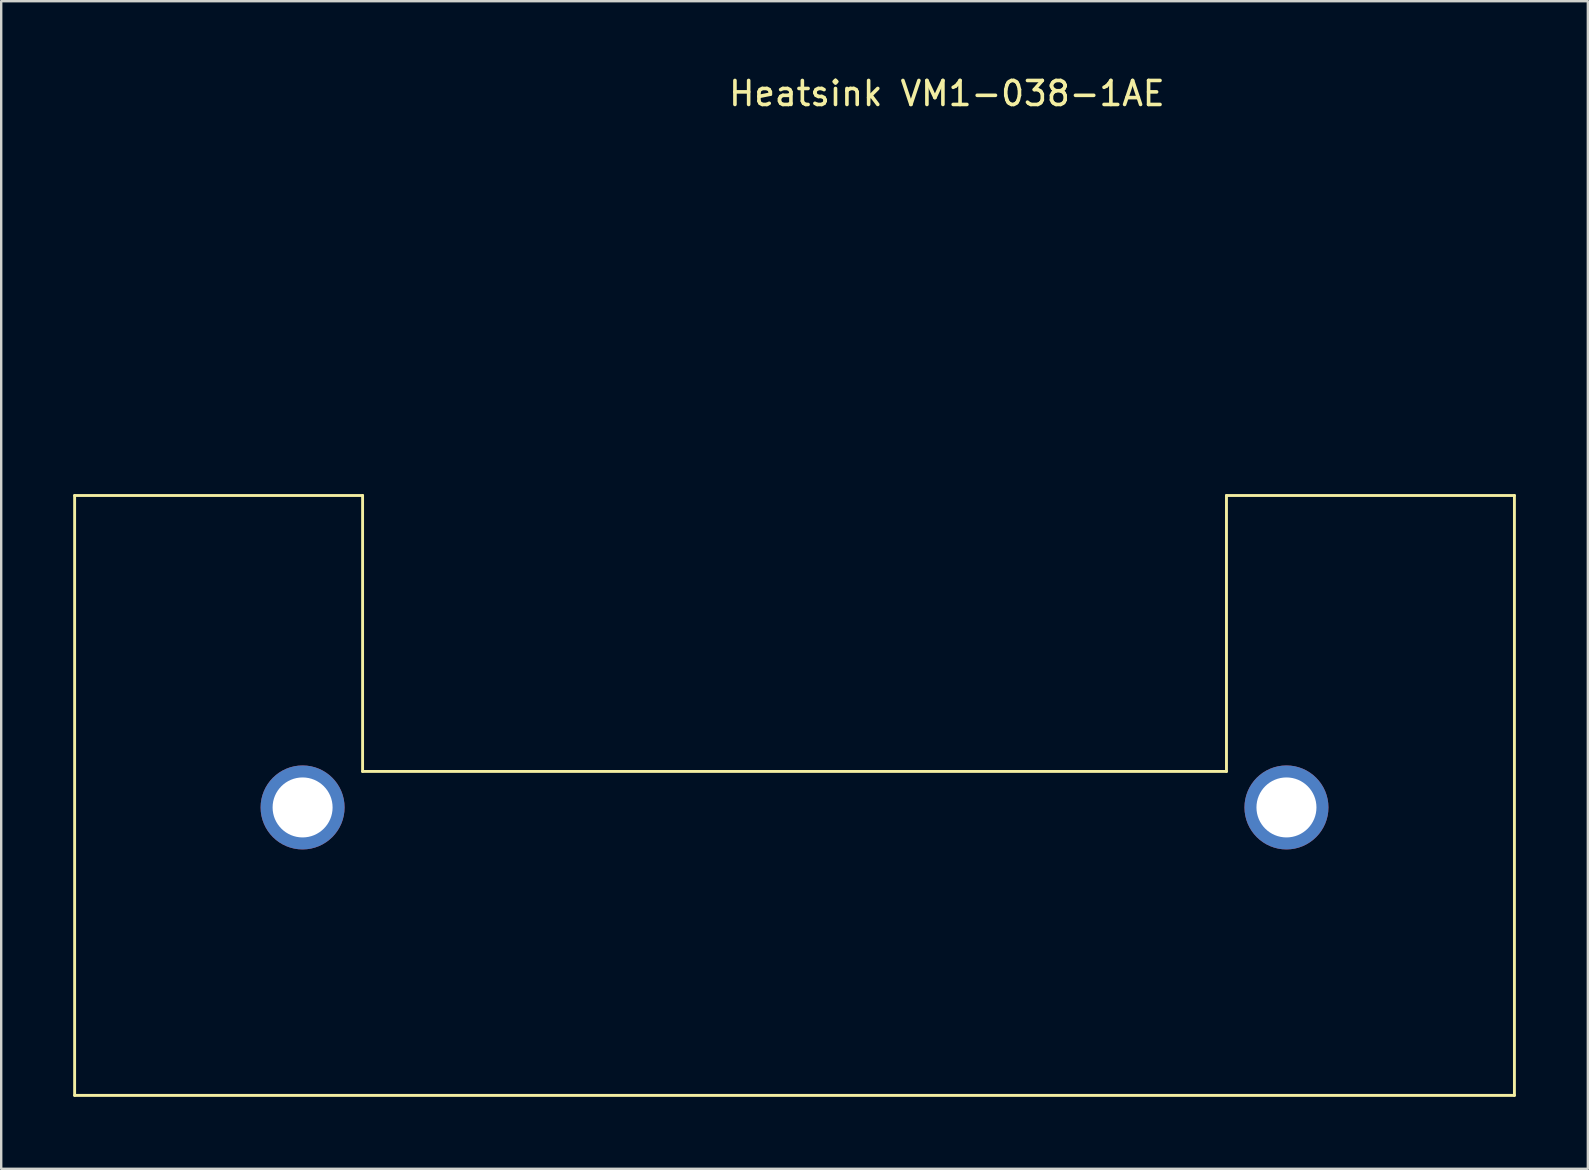
<source format=kicad_pcb>
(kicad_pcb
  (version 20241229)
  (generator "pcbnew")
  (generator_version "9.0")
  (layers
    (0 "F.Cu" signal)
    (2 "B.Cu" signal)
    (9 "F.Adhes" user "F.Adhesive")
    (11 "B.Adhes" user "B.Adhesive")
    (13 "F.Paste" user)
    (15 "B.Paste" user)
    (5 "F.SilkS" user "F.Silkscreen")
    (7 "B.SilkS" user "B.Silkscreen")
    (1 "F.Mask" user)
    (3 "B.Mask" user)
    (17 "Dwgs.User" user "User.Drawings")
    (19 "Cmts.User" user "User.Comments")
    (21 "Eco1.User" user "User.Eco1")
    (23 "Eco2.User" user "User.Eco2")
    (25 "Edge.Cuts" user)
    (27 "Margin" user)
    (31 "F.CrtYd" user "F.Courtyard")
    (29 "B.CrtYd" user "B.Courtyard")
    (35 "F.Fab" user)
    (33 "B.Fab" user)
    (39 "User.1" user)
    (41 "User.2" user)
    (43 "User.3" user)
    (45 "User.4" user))
  (footprint "Heatsink VM1-038-1AE"
    (layer "F.Cu")
    (at 30.06 32.598)
    (property "Reference" "Heatsink VM1-038-1AE" (at 6.35 -31.75 0) (layer "F.SilkS") (effects (font (size 1 1) (thickness 0.15))))
    (attr through_hole)
    (fp_line (start -30 -15) (end -30 10) (stroke (width 0.12) (type solid)) (layer "F.SilkS"))
    (fp_line (start -30 10) (end 30 10) (stroke (width 0.12) (type solid)) (layer "F.SilkS"))
    (fp_line (start -18 -15) (end -30 -15) (stroke (width 0.12) (type solid)) (layer "F.SilkS"))
    (fp_line (start -18 -3.5) (end -18 -15) (stroke (width 0.12) (type solid)) (layer "F.SilkS"))
    (fp_line (start 18 -15) (end 18 -3.5) (stroke (width 0.12) (type solid)) (layer "F.SilkS"))
    (fp_line (start 18 -3.5) (end -18 -3.5) (stroke (width 0.12) (type solid)) (layer "F.SilkS"))
    (fp_line (start 30 -15) (end 18 -15) (stroke (width 0.12) (type solid)) (layer "F.SilkS"))
    (fp_line (start 30 10) (end 30 -15) (stroke (width 0.12) (type solid)) (layer "F.SilkS"))
    (pad "1" thru_hole circle (at -20.5 -2) (size 3.5 3.5) (drill 2.5) (layers "*.Cu" "*.Mask"))
    (pad "1" thru_hole circle (at 20.5 -2) (size 3.5 3.5) (drill 2.5) (layers "*.Cu" "*.Mask")))
  (gr_rect
    (start -3 -3)
    (end 63.12 45.658)
    (stroke (width 0.1) (type default))
    (fill no)
    (layer "Edge.Cuts")))
</source>
